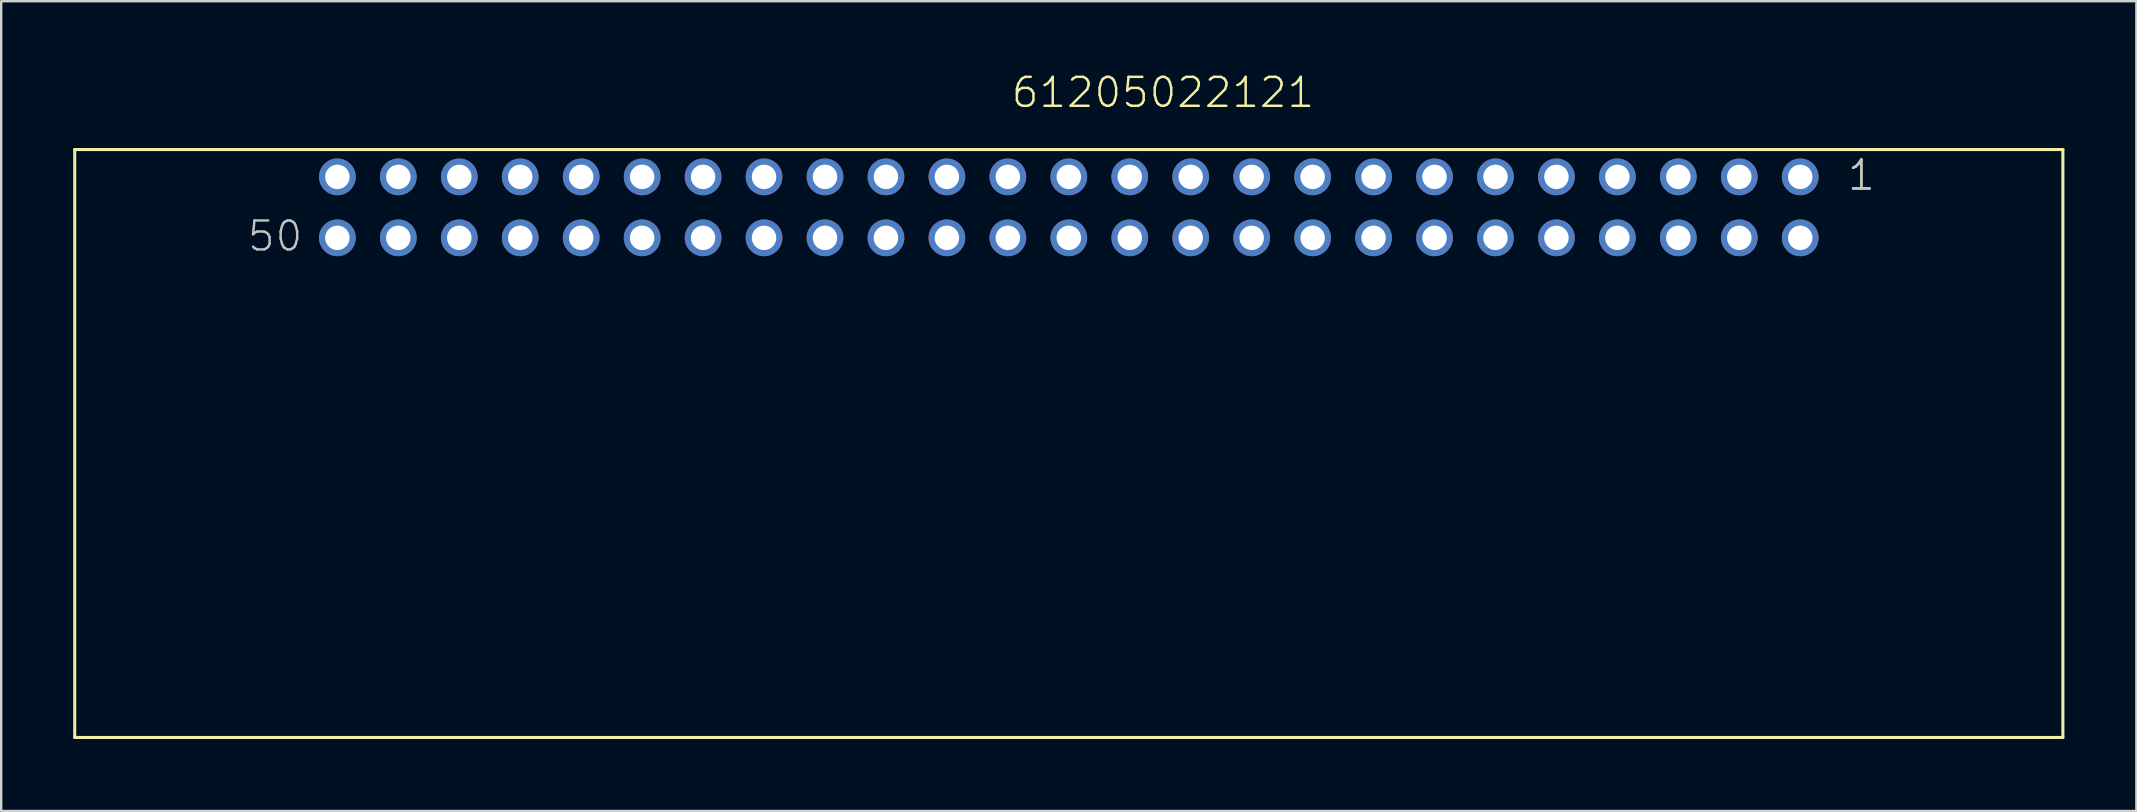
<source format=kicad_pcb>
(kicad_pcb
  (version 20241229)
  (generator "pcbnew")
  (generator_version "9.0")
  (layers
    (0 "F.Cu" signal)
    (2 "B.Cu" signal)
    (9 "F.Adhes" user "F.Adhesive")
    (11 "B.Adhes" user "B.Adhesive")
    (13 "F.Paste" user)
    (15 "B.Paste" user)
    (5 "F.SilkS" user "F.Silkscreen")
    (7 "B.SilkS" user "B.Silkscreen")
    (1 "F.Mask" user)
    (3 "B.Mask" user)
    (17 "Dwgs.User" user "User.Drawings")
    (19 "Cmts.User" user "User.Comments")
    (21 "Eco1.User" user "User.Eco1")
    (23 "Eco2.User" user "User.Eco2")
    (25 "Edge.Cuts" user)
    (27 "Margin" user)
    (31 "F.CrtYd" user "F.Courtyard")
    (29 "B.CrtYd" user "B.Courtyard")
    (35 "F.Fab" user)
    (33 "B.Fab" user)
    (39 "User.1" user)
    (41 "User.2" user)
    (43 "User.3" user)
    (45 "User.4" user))
  (footprint "61205022121"
    (layer "F.Cu")
    (at 41.489 5.591)
    (property "Reference" "61205022121" (at -2.46 -4.08 0) (layer "F.SilkS") (effects (font (size 1.206 1.206) (thickness 0.102)) (justify left bottom)))
    (attr through_hole)
    (fp_line (start -41.425 -2.41) (end -41.425 22.09) (stroke (width 0.127) (type solid)) (layer "F.SilkS"))
    (fp_line (start -41.425 -2.41) (end 41.425 -2.41) (stroke (width 0.127) (type solid)) (layer "F.SilkS"))
    (fp_line (start -41.425 22.09) (end 41.425 22.09) (stroke (width 0.127) (type solid)) (layer "F.SilkS"))
    (fp_line (start 41.425 -2.41) (end 41.425 22.09) (stroke (width 0.127) (type solid)) (layer "F.SilkS"))
    (fp_text user "1" (at 32.385 -0.635 0) (layer "F.SilkS") (effects (font (size 1.206 1.206) (thickness 0.102)) (justify left bottom)))
    (fp_text user "1" (at 32.385 -0.635 0) (layer "Dwgs.User") (effects (font (size 1.206 1.206) (thickness 0.102)) (justify left bottom)))
    (fp_text user "50" (at -34.29 1.905 0) (layer "Dwgs.User") (effects (font (size 1.206 1.206) (thickness 0.102)) (justify left bottom)))
    (pad "1" thru_hole circle (at 30.48 -1.27) (size 1.53 1.53) (drill 1.02) (layers "*.Cu" "*.Mask"))
    (pad "2" thru_hole circle (at 30.48 1.27) (size 1.53 1.53) (drill 1.02) (layers "*.Cu" "*.Mask"))
    (pad "3" thru_hole circle (at 27.94 -1.27) (size 1.53 1.53) (drill 1.02) (layers "*.Cu" "*.Mask"))
    (pad "4" thru_hole circle (at 27.94 1.27) (size 1.53 1.53) (drill 1.02) (layers "*.Cu" "*.Mask"))
    (pad "5" thru_hole circle (at 25.4 -1.27) (size 1.53 1.53) (drill 1.02) (layers "*.Cu" "*.Mask"))
    (pad "6" thru_hole circle (at 25.4 1.27) (size 1.53 1.53) (drill 1.02) (layers "*.Cu" "*.Mask"))
    (pad "7" thru_hole circle (at 22.86 -1.27) (size 1.53 1.53) (drill 1.02) (layers "*.Cu" "*.Mask"))
    (pad "8" thru_hole circle (at 22.86 1.27) (size 1.53 1.53) (drill 1.02) (layers "*.Cu" "*.Mask"))
    (pad "9" thru_hole circle (at 20.32 -1.27) (size 1.53 1.53) (drill 1.02) (layers "*.Cu" "*.Mask"))
    (pad "10" thru_hole circle (at 20.32 1.27) (size 1.53 1.53) (drill 1.02) (layers "*.Cu" "*.Mask"))
    (pad "11" thru_hole circle (at 17.78 -1.27) (size 1.53 1.53) (drill 1.02) (layers "*.Cu" "*.Mask"))
    (pad "12" thru_hole circle (at 17.78 1.27) (size 1.53 1.53) (drill 1.02) (layers "*.Cu" "*.Mask"))
    (pad "13" thru_hole circle (at 15.24 -1.27) (size 1.53 1.53) (drill 1.02) (layers "*.Cu" "*.Mask"))
    (pad "14" thru_hole circle (at 15.24 1.27) (size 1.53 1.53) (drill 1.02) (layers "*.Cu" "*.Mask"))
    (pad "15" thru_hole circle (at 12.7 -1.27) (size 1.53 1.53) (drill 1.02) (layers "*.Cu" "*.Mask"))
    (pad "16" thru_hole circle (at 12.7 1.27) (size 1.53 1.53) (drill 1.02) (layers "*.Cu" "*.Mask"))
    (pad "17" thru_hole circle (at 10.16 -1.27) (size 1.53 1.53) (drill 1.02) (layers "*.Cu" "*.Mask"))
    (pad "18" thru_hole circle (at 10.16 1.27) (size 1.53 1.53) (drill 1.02) (layers "*.Cu" "*.Mask"))
    (pad "19" thru_hole circle (at 7.62 -1.27) (size 1.53 1.53) (drill 1.02) (layers "*.Cu" "*.Mask"))
    (pad "20" thru_hole circle (at 7.62 1.27) (size 1.53 1.53) (drill 1.02) (layers "*.Cu" "*.Mask"))
    (pad "21" thru_hole circle (at 5.08 -1.27) (size 1.53 1.53) (drill 1.02) (layers "*.Cu" "*.Mask"))
    (pad "22" thru_hole circle (at 5.08 1.27) (size 1.53 1.53) (drill 1.02) (layers "*.Cu" "*.Mask"))
    (pad "23" thru_hole circle (at 2.54 -1.27) (size 1.53 1.53) (drill 1.02) (layers "*.Cu" "*.Mask"))
    (pad "24" thru_hole circle (at 2.54 1.27) (size 1.53 1.53) (drill 1.02) (layers "*.Cu" "*.Mask"))
    (pad "25" thru_hole circle (at 0 -1.27) (size 1.53 1.53) (drill 1.02) (layers "*.Cu" "*.Mask"))
    (pad "26" thru_hole circle (at 0 1.27) (size 1.53 1.53) (drill 1.02) (layers "*.Cu" "*.Mask"))
    (pad "27" thru_hole circle (at -2.54 -1.27) (size 1.53 1.53) (drill 1.02) (layers "*.Cu" "*.Mask"))
    (pad "28" thru_hole circle (at -2.54 1.27) (size 1.53 1.53) (drill 1.02) (layers "*.Cu" "*.Mask"))
    (pad "29" thru_hole circle (at -5.08 -1.27) (size 1.53 1.53) (drill 1.02) (layers "*.Cu" "*.Mask"))
    (pad "30" thru_hole circle (at -5.08 1.27) (size 1.53 1.53) (drill 1.02) (layers "*.Cu" "*.Mask"))
    (pad "31" thru_hole circle (at -7.62 -1.27) (size 1.53 1.53) (drill 1.02) (layers "*.Cu" "*.Mask"))
    (pad "32" thru_hole circle (at -7.62 1.27) (size 1.53 1.53) (drill 1.02) (layers "*.Cu" "*.Mask"))
    (pad "33" thru_hole circle (at -10.16 -1.27) (size 1.53 1.53) (drill 1.02) (layers "*.Cu" "*.Mask"))
    (pad "34" thru_hole circle (at -10.16 1.27) (size 1.53 1.53) (drill 1.02) (layers "*.Cu" "*.Mask"))
    (pad "35" thru_hole circle (at -12.7 -1.27) (size 1.53 1.53) (drill 1.02) (layers "*.Cu" "*.Mask"))
    (pad "36" thru_hole circle (at -12.7 1.27) (size 1.53 1.53) (drill 1.02) (layers "*.Cu" "*.Mask"))
    (pad "37" thru_hole circle (at -15.24 -1.27) (size 1.53 1.53) (drill 1.02) (layers "*.Cu" "*.Mask"))
    (pad "38" thru_hole circle (at -15.24 1.27) (size 1.53 1.53) (drill 1.02) (layers "*.Cu" "*.Mask"))
    (pad "39" thru_hole circle (at -17.78 -1.27) (size 1.53 1.53) (drill 1.02) (layers "*.Cu" "*.Mask"))
    (pad "40" thru_hole circle (at -17.78 1.27) (size 1.53 1.53) (drill 1.02) (layers "*.Cu" "*.Mask"))
    (pad "41" thru_hole circle (at -20.32 -1.27) (size 1.53 1.53) (drill 1.02) (layers "*.Cu" "*.Mask"))
    (pad "42" thru_hole circle (at -20.32 1.27) (size 1.53 1.53) (drill 1.02) (layers "*.Cu" "*.Mask"))
    (pad "43" thru_hole circle (at -22.86 -1.27) (size 1.53 1.53) (drill 1.02) (layers "*.Cu" "*.Mask"))
    (pad "44" thru_hole circle (at -22.86 1.27) (size 1.53 1.53) (drill 1.02) (layers "*.Cu" "*.Mask"))
    (pad "45" thru_hole circle (at -25.4 -1.27) (size 1.53 1.53) (drill 1.02) (layers "*.Cu" "*.Mask"))
    (pad "46" thru_hole circle (at -25.4 1.27) (size 1.53 1.53) (drill 1.02) (layers "*.Cu" "*.Mask"))
    (pad "47" thru_hole circle (at -27.94 -1.27) (size 1.53 1.53) (drill 1.02) (layers "*.Cu" "*.Mask"))
    (pad "48" thru_hole circle (at -27.94 1.27) (size 1.53 1.53) (drill 1.02) (layers "*.Cu" "*.Mask"))
    (pad "49" thru_hole circle (at -30.48 -1.27) (size 1.53 1.53) (drill 1.02) (layers "*.Cu" "*.Mask"))
    (pad "50" thru_hole circle (at -30.48 1.27) (size 1.53 1.53) (drill 1.02) (layers "*.Cu" "*.Mask")))
  (gr_rect
    (start -3 -3)
    (end 85.977 30.745)
    (stroke (width 0.1) (type default))
    (fill no)
    (layer "Edge.Cuts")))
</source>
